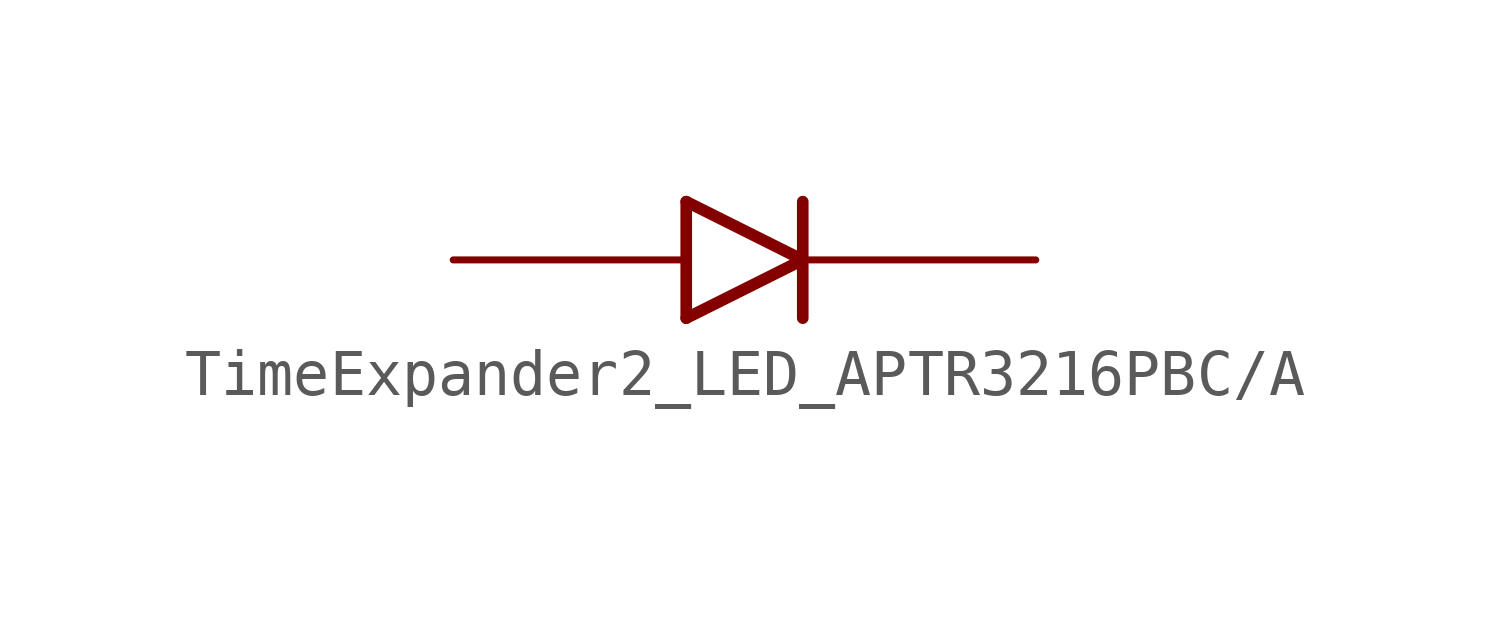
<source format=kicad_sym>
(kicad_symbol_lib
  (version 20231120)
  (generator "kicad_symbol_editor")
  (generator_version "8.0")
  (symbol "TimeExpander2_LED_APTR3216PBC/A"
    (property "Reference" ""
      (at -5.08 2.54 0)
      (effects (font (size 1.27 1.079)) (justify left bottom) (hide yes)))
    (property "ki_locked" ""
      (at 0 0 0)
      (effects (font (size 1.27 1.27))))
    (symbol "TimeExpander2_LED_APTR3216PBC/A_1_0"
      (polyline (pts (xy -3.048 -0.254) (xy -0.508 1.016)) (stroke (width 0.254) (type solid)) (fill (type none)))
      (polyline (pts (xy -3.048 2.286) (xy -3.048 -0.254)) (stroke (width 0.254) (type solid)) (fill (type none)))
      (polyline (pts (xy -0.508 1.016) (xy -3.048 2.286)) (stroke (width 0.254) (type solid)) (fill (type none)))
      (polyline (pts (xy -0.508 2.286) (xy -0.508 -0.254)) (stroke (width 0.254) (type solid)) (fill (type none)))
      (pin passive line (at -8.128 1.016 0) (length 5.08) (name "A" (effects (font (size 0 0)))) (number "A" (effects (font (size 0 0)))))
      (pin passive line (at 4.572 1.016 180) (length 5.08) (name "C" (effects (font (size 0 0)))) (number "C" (effects (font (size 0 0))))))))
</source>
